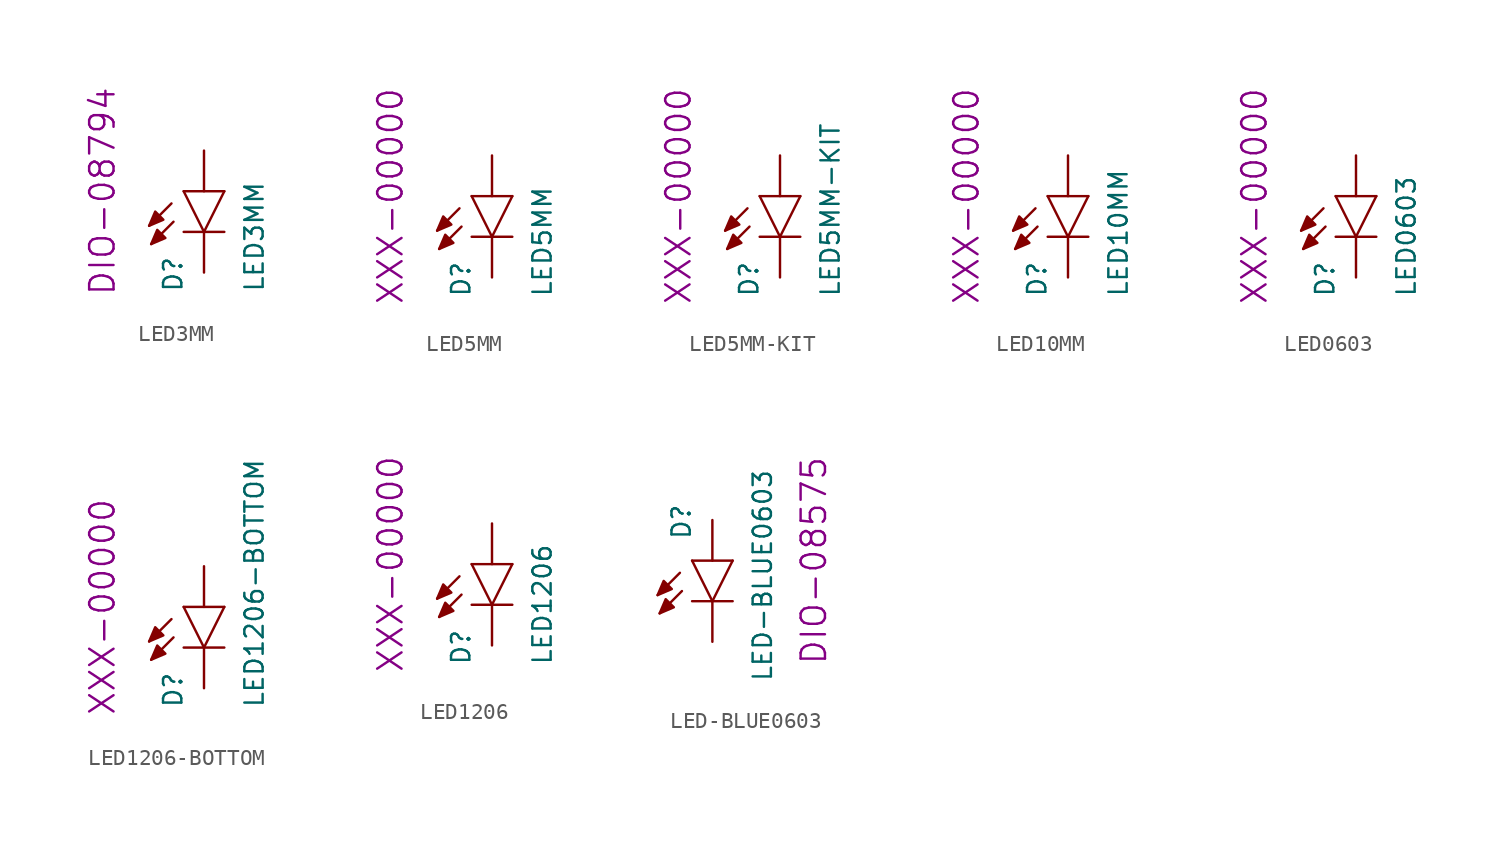
<source format=kicad_sym>
(kicad_symbol_lib
  (version 20220914)
  (generator kicad_symbol_editor)
  (symbol "LED3MM"
    (pin_numbers hide)
    (pin_names
      (offset 1.016) hide)
    (property "Reference" "D"
      (at -1.27 -6.35 90)
      (effects (font (size 1.143 1.143)) (justify left bottom)))
    (property "Value" "LED3MM"
      (at 3.81 -6.35 90)
      (effects (font (size 1.143 1.143)) (justify left bottom)))
    (property "Field4" "DIO-08794"
      (at -6.35 0 90)
      (effects (font (size 1.524 1.524))))
    (property "ki_locked" ""
      (at 0 0 0)
      (effects (font (size 1.27 1.27))))
    (symbol "LED3MM_1_0"
      (polyline (pts (xy -2.032 -0.762) (xy -3.429 -2.159)) (stroke (width 0) (type solid)) (fill (type none)))
      (polyline (pts (xy -1.905 -1.905) (xy -3.302 -3.302)) (stroke (width 0) (type solid)) (fill (type none)))
      (polyline (pts (xy 0 -2.54) (xy -1.27 -2.54)) (stroke (width 0) (type solid)) (fill (type none)))
      (polyline (pts (xy 0 -2.54) (xy -1.27 0)) (stroke (width 0) (type solid)) (fill (type none)))
      (polyline (pts (xy 1.27 -2.54) (xy 0 -2.54)) (stroke (width 0) (type solid)) (fill (type none)))
      (polyline (pts (xy 1.27 0) (xy -1.27 0)) (stroke (width 0) (type solid)) (fill (type none)))
      (polyline (pts (xy 1.27 0) (xy 0 -2.54)) (stroke (width 0) (type solid)) (fill (type none))))
    (symbol "LED3MM_1_1"
      (polyline (pts (xy -3.429 -2.159) (xy -3.048 -1.27) (xy -3.048 -1.27) (xy -2.54 -1.778) (xy -2.54 -1.778) (xy -3.429 -2.159)) (stroke (width 0) (type solid)) (fill (type outline)))
      (polyline (pts (xy -3.302 -3.302) (xy -2.921 -2.413) (xy -2.921 -2.413) (xy -2.413 -2.921) (xy -2.413 -2.921) (xy -3.302 -3.302)) (stroke (width 0) (type solid)) (fill (type outline)))
      (pin passive line (at 0 2.54 270) (length 2.54) (name "A" (effects (font (size 1.016 1.016)))) (number "A" (effects (font (size 1.016 1.016)))))
      (pin passive line (at 0 -5.08 90) (length 2.54) (name "C" (effects (font (size 1.016 1.016)))) (number "K" (effects (font (size 1.016 1.016)))))))
  (symbol "LED5MM"
    (pin_numbers hide)
    (pin_names
      (offset 1.016) hide)
    (property "Reference" "D"
      (at -1.27 -6.35 90)
      (effects (font (size 1.143 1.143)) (justify left bottom)))
    (property "Value" "LED5MM"
      (at 3.81 -6.35 90)
      (effects (font (size 1.143 1.143)) (justify left bottom)))
    (property "Field4" "XXX-00000"
      (at -6.35 0 90)
      (effects (font (size 1.524 1.524))))
    (property "ki_locked" ""
      (at 0 0 0)
      (effects (font (size 1.27 1.27))))
    (symbol "LED5MM_1_0"
      (polyline (pts (xy -2.032 -0.762) (xy -3.429 -2.159)) (stroke (width 0) (type solid)) (fill (type none)))
      (polyline (pts (xy -1.905 -1.905) (xy -3.302 -3.302)) (stroke (width 0) (type solid)) (fill (type none)))
      (polyline (pts (xy 0 -2.54) (xy -1.27 -2.54)) (stroke (width 0) (type solid)) (fill (type none)))
      (polyline (pts (xy 0 -2.54) (xy -1.27 0)) (stroke (width 0) (type solid)) (fill (type none)))
      (polyline (pts (xy 1.27 -2.54) (xy 0 -2.54)) (stroke (width 0) (type solid)) (fill (type none)))
      (polyline (pts (xy 1.27 0) (xy -1.27 0)) (stroke (width 0) (type solid)) (fill (type none)))
      (polyline (pts (xy 1.27 0) (xy 0 -2.54)) (stroke (width 0) (type solid)) (fill (type none))))
    (symbol "LED5MM_1_1"
      (polyline (pts (xy -3.429 -2.159) (xy -3.048 -1.27) (xy -3.048 -1.27) (xy -2.54 -1.778) (xy -2.54 -1.778) (xy -3.429 -2.159)) (stroke (width 0) (type solid)) (fill (type outline)))
      (polyline (pts (xy -3.302 -3.302) (xy -2.921 -2.413) (xy -2.921 -2.413) (xy -2.413 -2.921) (xy -2.413 -2.921) (xy -3.302 -3.302)) (stroke (width 0) (type solid)) (fill (type outline)))
      (pin passive line (at 0 2.54 270) (length 2.54) (name "A" (effects (font (size 1.016 1.016)))) (number "A" (effects (font (size 1.016 1.016)))))
      (pin passive line (at 0 -5.08 90) (length 2.54) (name "C" (effects (font (size 1.016 1.016)))) (number "K" (effects (font (size 1.016 1.016)))))))
  (symbol "LED5MM-KIT"
    (pin_numbers hide)
    (pin_names
      (offset 1.016) hide)
    (property "Reference" "D"
      (at -1.27 -6.35 90)
      (effects (font (size 1.143 1.143)) (justify left bottom)))
    (property "Value" "LED5MM-KIT"
      (at 3.81 -6.35 90)
      (effects (font (size 1.143 1.143)) (justify left bottom)))
    (property "Field4" "XXX-00000"
      (at -6.35 0 90)
      (effects (font (size 1.524 1.524))))
    (property "ki_locked" ""
      (at 0 0 0)
      (effects (font (size 1.27 1.27))))
    (symbol "LED5MM-KIT_1_0"
      (polyline (pts (xy -2.032 -0.762) (xy -3.429 -2.159)) (stroke (width 0) (type solid)) (fill (type none)))
      (polyline (pts (xy -1.905 -1.905) (xy -3.302 -3.302)) (stroke (width 0) (type solid)) (fill (type none)))
      (polyline (pts (xy 0 -2.54) (xy -1.27 -2.54)) (stroke (width 0) (type solid)) (fill (type none)))
      (polyline (pts (xy 0 -2.54) (xy -1.27 0)) (stroke (width 0) (type solid)) (fill (type none)))
      (polyline (pts (xy 1.27 -2.54) (xy 0 -2.54)) (stroke (width 0) (type solid)) (fill (type none)))
      (polyline (pts (xy 1.27 0) (xy -1.27 0)) (stroke (width 0) (type solid)) (fill (type none)))
      (polyline (pts (xy 1.27 0) (xy 0 -2.54)) (stroke (width 0) (type solid)) (fill (type none))))
    (symbol "LED5MM-KIT_1_1"
      (polyline (pts (xy -3.429 -2.159) (xy -3.048 -1.27) (xy -3.048 -1.27) (xy -2.54 -1.778) (xy -2.54 -1.778) (xy -3.429 -2.159)) (stroke (width 0) (type solid)) (fill (type outline)))
      (polyline (pts (xy -3.302 -3.302) (xy -2.921 -2.413) (xy -2.921 -2.413) (xy -2.413 -2.921) (xy -2.413 -2.921) (xy -3.302 -3.302)) (stroke (width 0) (type solid)) (fill (type outline)))
      (pin passive line (at 0 2.54 270) (length 2.54) (name "A" (effects (font (size 1.016 1.016)))) (number "A" (effects (font (size 1.016 1.016)))))
      (pin passive line (at 0 -5.08 90) (length 2.54) (name "C" (effects (font (size 1.016 1.016)))) (number "K" (effects (font (size 1.016 1.016)))))))
  (symbol "LED10MM"
    (pin_numbers hide)
    (pin_names
      (offset 1.016) hide)
    (property "Reference" "D"
      (at -1.27 -6.35 90)
      (effects (font (size 1.143 1.143)) (justify left bottom)))
    (property "Value" "LED10MM"
      (at 3.81 -6.35 90)
      (effects (font (size 1.143 1.143)) (justify left bottom)))
    (property "Field4" "XXX-00000"
      (at -6.35 0 90)
      (effects (font (size 1.524 1.524))))
    (property "ki_locked" ""
      (at 0 0 0)
      (effects (font (size 1.27 1.27))))
    (symbol "LED10MM_1_0"
      (polyline (pts (xy -2.032 -0.762) (xy -3.429 -2.159)) (stroke (width 0) (type solid)) (fill (type none)))
      (polyline (pts (xy -1.905 -1.905) (xy -3.302 -3.302)) (stroke (width 0) (type solid)) (fill (type none)))
      (polyline (pts (xy 0 -2.54) (xy -1.27 -2.54)) (stroke (width 0) (type solid)) (fill (type none)))
      (polyline (pts (xy 0 -2.54) (xy -1.27 0)) (stroke (width 0) (type solid)) (fill (type none)))
      (polyline (pts (xy 1.27 -2.54) (xy 0 -2.54)) (stroke (width 0) (type solid)) (fill (type none)))
      (polyline (pts (xy 1.27 0) (xy -1.27 0)) (stroke (width 0) (type solid)) (fill (type none)))
      (polyline (pts (xy 1.27 0) (xy 0 -2.54)) (stroke (width 0) (type solid)) (fill (type none))))
    (symbol "LED10MM_1_1"
      (polyline (pts (xy -3.429 -2.159) (xy -3.048 -1.27) (xy -3.048 -1.27) (xy -2.54 -1.778) (xy -2.54 -1.778) (xy -3.429 -2.159)) (stroke (width 0) (type solid)) (fill (type outline)))
      (polyline (pts (xy -3.302 -3.302) (xy -2.921 -2.413) (xy -2.921 -2.413) (xy -2.413 -2.921) (xy -2.413 -2.921) (xy -3.302 -3.302)) (stroke (width 0) (type solid)) (fill (type outline)))
      (pin passive line (at 0 2.54 270) (length 2.54) (name "A" (effects (font (size 1.016 1.016)))) (number "A" (effects (font (size 1.016 1.016)))))
      (pin passive line (at 0 -5.08 90) (length 2.54) (name "C" (effects (font (size 1.016 1.016)))) (number "C" (effects (font (size 1.016 1.016)))))))
  (symbol "LED0603"
    (pin_numbers hide)
    (pin_names
      (offset 1.016) hide)
    (property "Reference" "D"
      (at -1.27 -6.35 90)
      (effects (font (size 1.143 1.143)) (justify left bottom)))
    (property "Value" "LED0603"
      (at 3.81 -6.35 90)
      (effects (font (size 1.143 1.143)) (justify left bottom)))
    (property "Field4" "XXX-00000"
      (at -6.35 0 90)
      (effects (font (size 1.524 1.524))))
    (property "ki_locked" ""
      (at 0 0 0)
      (effects (font (size 1.27 1.27))))
    (symbol "LED0603_1_0"
      (polyline (pts (xy -2.032 -0.762) (xy -3.429 -2.159)) (stroke (width 0) (type solid)) (fill (type none)))
      (polyline (pts (xy -1.905 -1.905) (xy -3.302 -3.302)) (stroke (width 0) (type solid)) (fill (type none)))
      (polyline (pts (xy 0 -2.54) (xy -1.27 -2.54)) (stroke (width 0) (type solid)) (fill (type none)))
      (polyline (pts (xy 0 -2.54) (xy -1.27 0)) (stroke (width 0) (type solid)) (fill (type none)))
      (polyline (pts (xy 1.27 -2.54) (xy 0 -2.54)) (stroke (width 0) (type solid)) (fill (type none)))
      (polyline (pts (xy 1.27 0) (xy -1.27 0)) (stroke (width 0) (type solid)) (fill (type none)))
      (polyline (pts (xy 1.27 0) (xy 0 -2.54)) (stroke (width 0) (type solid)) (fill (type none))))
    (symbol "LED0603_1_1"
      (polyline (pts (xy -3.429 -2.159) (xy -3.048 -1.27) (xy -3.048 -1.27) (xy -2.54 -1.778) (xy -2.54 -1.778) (xy -3.429 -2.159)) (stroke (width 0) (type solid)) (fill (type outline)))
      (polyline (pts (xy -3.302 -3.302) (xy -2.921 -2.413) (xy -2.921 -2.413) (xy -2.413 -2.921) (xy -2.413 -2.921) (xy -3.302 -3.302)) (stroke (width 0) (type solid)) (fill (type outline)))
      (pin passive line (at 0 2.54 270) (length 2.54) (name "A" (effects (font (size 1.016 1.016)))) (number "A" (effects (font (size 1.016 1.016)))))
      (pin passive line (at 0 -5.08 90) (length 2.54) (name "C" (effects (font (size 1.016 1.016)))) (number "C" (effects (font (size 1.016 1.016)))))))
  (symbol "LED1206-BOTTOM"
    (pin_numbers hide)
    (pin_names
      (offset 1.016) hide)
    (property "Reference" "D"
      (at -1.27 -6.35 90)
      (effects (font (size 1.143 1.143)) (justify left bottom)))
    (property "Value" "LED1206-BOTTOM"
      (at 3.81 -6.35 90)
      (effects (font (size 1.143 1.143)) (justify left bottom)))
    (property "Field4" "XXX-00000"
      (at -6.35 0 90)
      (effects (font (size 1.524 1.524))))
    (property "ki_locked" ""
      (at 0 0 0)
      (effects (font (size 1.27 1.27))))
    (symbol "LED1206-BOTTOM_1_0"
      (polyline (pts (xy -2.032 -0.762) (xy -3.429 -2.159)) (stroke (width 0) (type solid)) (fill (type none)))
      (polyline (pts (xy -1.905 -1.905) (xy -3.302 -3.302)) (stroke (width 0) (type solid)) (fill (type none)))
      (polyline (pts (xy 0 -2.54) (xy -1.27 -2.54)) (stroke (width 0) (type solid)) (fill (type none)))
      (polyline (pts (xy 0 -2.54) (xy -1.27 0)) (stroke (width 0) (type solid)) (fill (type none)))
      (polyline (pts (xy 1.27 -2.54) (xy 0 -2.54)) (stroke (width 0) (type solid)) (fill (type none)))
      (polyline (pts (xy 1.27 0) (xy -1.27 0)) (stroke (width 0) (type solid)) (fill (type none)))
      (polyline (pts (xy 1.27 0) (xy 0 -2.54)) (stroke (width 0) (type solid)) (fill (type none))))
    (symbol "LED1206-BOTTOM_1_1"
      (polyline (pts (xy -3.429 -2.159) (xy -3.048 -1.27) (xy -3.048 -1.27) (xy -2.54 -1.778) (xy -2.54 -1.778) (xy -3.429 -2.159)) (stroke (width 0) (type solid)) (fill (type outline)))
      (polyline (pts (xy -3.302 -3.302) (xy -2.921 -2.413) (xy -2.921 -2.413) (xy -2.413 -2.921) (xy -2.413 -2.921) (xy -3.302 -3.302)) (stroke (width 0) (type solid)) (fill (type outline)))
      (pin passive line (at 0 2.54 270) (length 2.54) (name "A" (effects (font (size 1.016 1.016)))) (number "A" (effects (font (size 1.016 1.016)))))
      (pin passive line (at 0 -5.08 90) (length 2.54) (name "C" (effects (font (size 1.016 1.016)))) (number "C" (effects (font (size 1.016 1.016)))))))
  (symbol "LED1206"
    (pin_numbers hide)
    (pin_names
      (offset 1.016) hide)
    (property "Reference" "D"
      (at -1.27 -6.35 90)
      (effects (font (size 1.143 1.143)) (justify left bottom)))
    (property "Value" "LED1206"
      (at 3.81 -6.35 90)
      (effects (font (size 1.143 1.143)) (justify left bottom)))
    (property "Field4" "XXX-00000"
      (at -6.35 0 90)
      (effects (font (size 1.524 1.524))))
    (property "ki_locked" ""
      (at 0 0 0)
      (effects (font (size 1.27 1.27))))
    (symbol "LED1206_1_0"
      (polyline (pts (xy -2.032 -0.762) (xy -3.429 -2.159)) (stroke (width 0) (type solid)) (fill (type none)))
      (polyline (pts (xy -1.905 -1.905) (xy -3.302 -3.302)) (stroke (width 0) (type solid)) (fill (type none)))
      (polyline (pts (xy 0 -2.54) (xy -1.27 -2.54)) (stroke (width 0) (type solid)) (fill (type none)))
      (polyline (pts (xy 0 -2.54) (xy -1.27 0)) (stroke (width 0) (type solid)) (fill (type none)))
      (polyline (pts (xy 1.27 -2.54) (xy 0 -2.54)) (stroke (width 0) (type solid)) (fill (type none)))
      (polyline (pts (xy 1.27 0) (xy -1.27 0)) (stroke (width 0) (type solid)) (fill (type none)))
      (polyline (pts (xy 1.27 0) (xy 0 -2.54)) (stroke (width 0) (type solid)) (fill (type none))))
    (symbol "LED1206_1_1"
      (polyline (pts (xy -3.429 -2.159) (xy -3.048 -1.27) (xy -3.048 -1.27) (xy -2.54 -1.778) (xy -2.54 -1.778) (xy -3.429 -2.159)) (stroke (width 0) (type solid)) (fill (type outline)))
      (polyline (pts (xy -3.302 -3.302) (xy -2.921 -2.413) (xy -2.921 -2.413) (xy -2.413 -2.921) (xy -2.413 -2.921) (xy -3.302 -3.302)) (stroke (width 0) (type solid)) (fill (type outline)))
      (pin passive line (at 0 2.54 270) (length 2.54) (name "A" (effects (font (size 1.016 1.016)))) (number "A" (effects (font (size 1.016 1.016)))))
      (pin passive line (at 0 -5.08 90) (length 2.54) (name "C" (effects (font (size 1.016 1.016)))) (number "C" (effects (font (size 1.016 1.016)))))))
  (symbol "LED-BLUE0603"
    (pin_numbers hide)
    (pin_names
      (offset 1.016) hide)
    (property "Reference" "D"
      (at -1.27 1.27 90)
      (effects (font (size 1.143 1.143)) (justify left bottom)))
    (property "Value" "LED-BLUE0603"
      (at 3.81 -7.62 90)
      (effects (font (size 1.143 1.143)) (justify left bottom)))
    (property "Field4" "DIO-08575"
      (at 6.35 0 90)
      (effects (font (size 1.524 1.524))))
    (property "ki_locked" ""
      (at 0 0 0)
      (effects (font (size 1.27 1.27))))
    (symbol "LED-BLUE0603_1_0"
      (polyline (pts (xy -2.032 -0.762) (xy -3.429 -2.159)) (stroke (width 0) (type solid)) (fill (type none)))
      (polyline (pts (xy -1.905 -1.905) (xy -3.302 -3.302)) (stroke (width 0) (type solid)) (fill (type none)))
      (polyline (pts (xy 0 -2.54) (xy -1.27 -2.54)) (stroke (width 0) (type solid)) (fill (type none)))
      (polyline (pts (xy 0 -2.54) (xy -1.27 0)) (stroke (width 0) (type solid)) (fill (type none)))
      (polyline (pts (xy 1.27 -2.54) (xy 0 -2.54)) (stroke (width 0) (type solid)) (fill (type none)))
      (polyline (pts (xy 1.27 0) (xy -1.27 0)) (stroke (width 0) (type solid)) (fill (type none)))
      (polyline (pts (xy 1.27 0) (xy 0 -2.54)) (stroke (width 0) (type solid)) (fill (type none))))
    (symbol "LED-BLUE0603_1_1"
      (polyline (pts (xy -3.429 -2.159) (xy -3.048 -1.27) (xy -3.048 -1.27) (xy -2.54 -1.778) (xy -2.54 -1.778) (xy -3.429 -2.159)) (stroke (width 0) (type solid)) (fill (type outline)))
      (polyline (pts (xy -3.302 -3.302) (xy -2.921 -2.413) (xy -2.921 -2.413) (xy -2.413 -2.921) (xy -2.413 -2.921) (xy -3.302 -3.302)) (stroke (width 0) (type solid)) (fill (type outline)))
      (pin passive line (at 0 2.54 270) (length 2.54) (name "A" (effects (font (size 1.016 1.016)))) (number "A" (effects (font (size 1.016 1.016)))))
      (pin passive line (at 0 -5.08 90) (length 2.54) (name "C" (effects (font (size 1.016 1.016)))) (number "C" (effects (font (size 1.016 1.016))))))))
</source>
